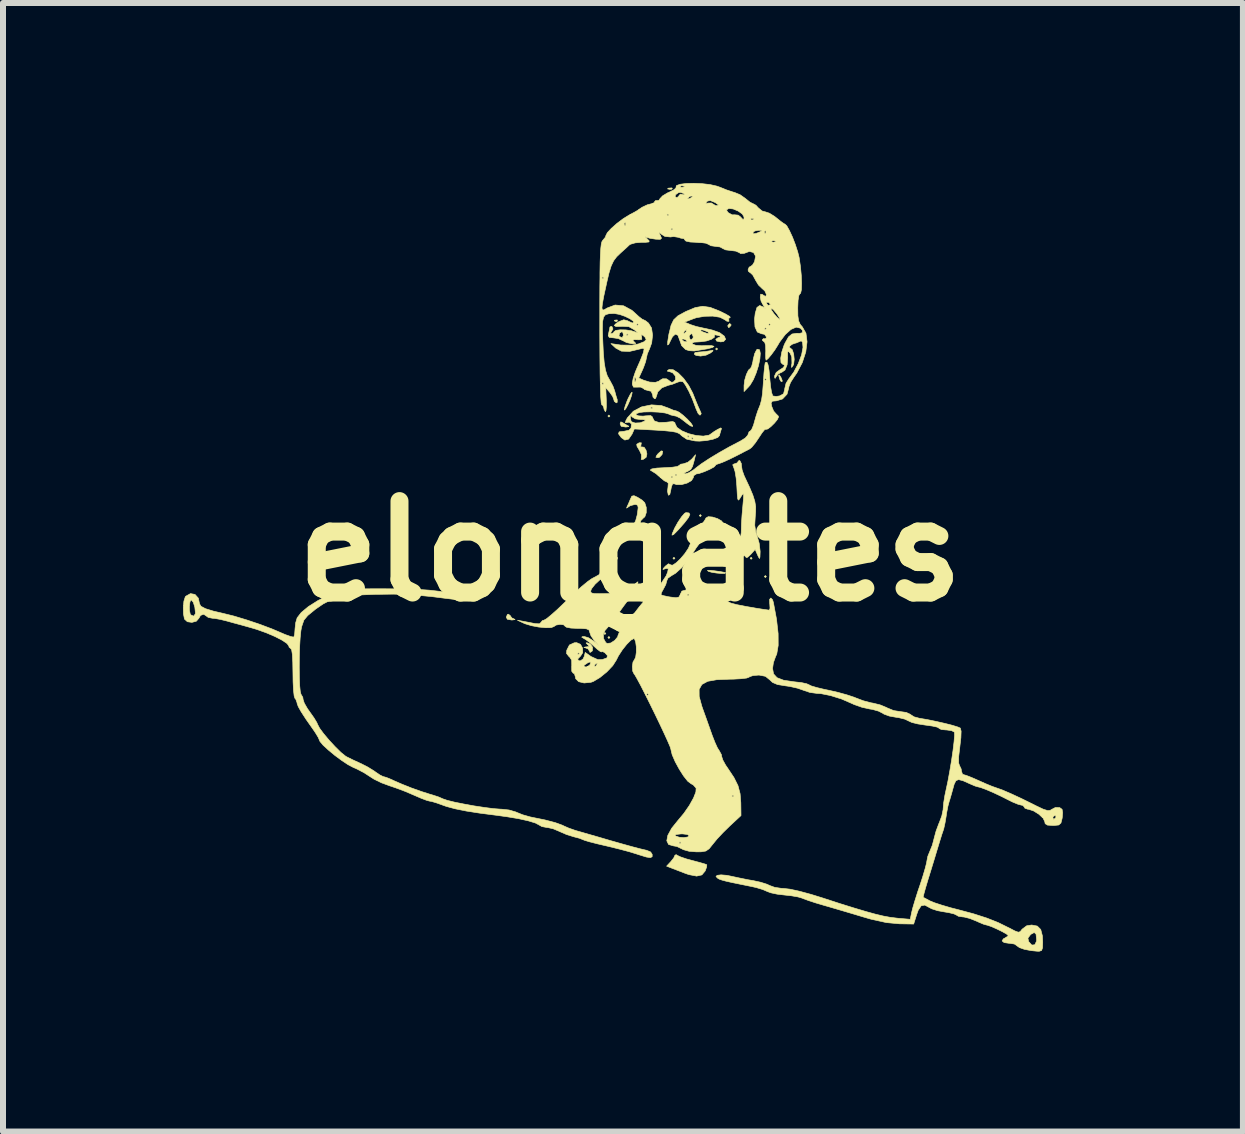
<source format=kicad_pcb>
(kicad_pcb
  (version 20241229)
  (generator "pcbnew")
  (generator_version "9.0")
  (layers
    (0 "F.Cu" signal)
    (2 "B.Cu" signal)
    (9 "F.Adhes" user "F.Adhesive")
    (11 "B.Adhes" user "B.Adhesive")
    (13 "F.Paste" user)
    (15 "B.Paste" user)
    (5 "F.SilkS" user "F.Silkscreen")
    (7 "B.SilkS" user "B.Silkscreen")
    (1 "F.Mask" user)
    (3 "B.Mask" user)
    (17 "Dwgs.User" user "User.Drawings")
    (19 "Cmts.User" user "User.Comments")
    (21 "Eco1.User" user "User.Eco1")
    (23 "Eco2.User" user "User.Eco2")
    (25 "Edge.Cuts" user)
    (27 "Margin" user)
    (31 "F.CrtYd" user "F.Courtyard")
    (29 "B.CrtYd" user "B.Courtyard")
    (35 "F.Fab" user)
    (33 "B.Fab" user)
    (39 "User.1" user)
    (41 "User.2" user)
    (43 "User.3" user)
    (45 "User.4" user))
  (footprint "elongates"
    (layer "F.Cu")
    (at 7.455 6.137)
    (property "Reference" "elongates" (at 0 0 0) (layer "F.SilkS") (effects (font (size 1.524 1.524) (thickness 0.3))))
    (attr through_hole)
    (fp_poly (pts (xy -0.406 1.372) (xy -0.423 1.389) (xy -0.44 1.372) (xy -0.423 1.355) (xy -0.406 1.372)) (stroke (width 0.01) (type solid)) (fill yes) (layer "F.SilkS"))
    (fp_poly (pts (xy -0.339 -2.252) (xy -0.356 -2.235) (xy -0.373 -2.252) (xy -0.356 -2.269) (xy -0.339 -2.252)) (stroke (width 0.01) (type solid)) (fill yes) (layer "F.SilkS"))
    (fp_poly (pts (xy -0.339 1.439) (xy -0.356 1.456) (xy -0.373 1.439) (xy -0.356 1.422) (xy -0.339 1.439)) (stroke (width 0.01) (type solid)) (fill yes) (layer "F.SilkS"))
    (fp_poly (pts (xy 0.745 0.119) (xy 0.728 0.135) (xy 0.711 0.119) (xy 0.728 0.102) (xy 0.745 0.119)) (stroke (width 0.01) (type solid)) (fill yes) (layer "F.SilkS"))
    (fp_poly (pts (xy 0.948 0.525) (xy 0.931 0.542) (xy 0.914 0.525) (xy 0.931 0.508) (xy 0.948 0.525)) (stroke (width 0.01) (type solid)) (fill yes) (layer "F.SilkS"))
    (fp_poly (pts (xy 1.185 -0.593) (xy 1.168 -0.576) (xy 1.151 -0.593) (xy 1.168 -0.61) (xy 1.185 -0.593)) (stroke (width 0.01) (type solid)) (fill yes) (layer "F.SilkS"))
    (fp_poly (pts (xy 1.185 0.525) (xy 1.168 0.542) (xy 1.151 0.525) (xy 1.168 0.508) (xy 1.185 0.525)) (stroke (width 0.01) (type solid)) (fill yes) (layer "F.SilkS"))
    (fp_poly (pts (xy 1.456 -3.37) (xy 1.439 -3.353) (xy 1.422 -3.37) (xy 1.439 -3.387) (xy 1.456 -3.37)) (stroke (width 0.01) (type solid)) (fill yes) (layer "F.SilkS"))
    (fp_poly (pts (xy 1.863 0.423) (xy 1.846 0.44) (xy 1.829 0.423) (xy 1.846 0.406) (xy 1.863 0.423)) (stroke (width 0.01) (type solid)) (fill yes) (layer "F.SilkS"))
    (fp_poly (pts (xy 2.032 0.119) (xy 2.015 0.135) (xy 1.998 0.119) (xy 2.015 0.102) (xy 2.032 0.119)) (stroke (width 0.01) (type solid)) (fill yes) (layer "F.SilkS"))
    (fp_poly (pts (xy 2.269 0.423) (xy 2.252 0.44) (xy 2.235 0.423) (xy 2.252 0.406) (xy 2.269 0.423)) (stroke (width 0.01) (type solid)) (fill yes) (layer "F.SilkS"))
    (fp_poly (pts (xy -0.214 -3.85) (xy -0.219 -3.829) (xy -0.237 -3.827) (xy -0.265 -3.839) (xy -0.26 -3.85) (xy -0.219 -3.854) (xy -0.214 -3.85)) (stroke (width 0.01) (type solid)) (fill yes) (layer "F.SilkS"))
    (fp_poly (pts (xy 0.702 -6.049) (xy 0.692 -6.033) (xy 0.658 -6.031) (xy 0.621 -6.039) (xy 0.637 -6.051) (xy 0.69 -6.055) (xy 0.702 -6.049)) (stroke (width 0.01) (type solid)) (fill yes) (layer "F.SilkS"))
    (fp_poly (pts (xy 1.072 0.485) (xy 1.068 0.506) (xy 1.05 0.508) (xy 1.022 0.496) (xy 1.027 0.485) (xy 1.067 0.481) (xy 1.072 0.485)) (stroke (width 0.01) (type solid)) (fill yes) (layer "F.SilkS"))
    (fp_poly (pts (xy 2.51 -2.902) (xy 2.533 -2.845) (xy 2.53 -2.824) (xy 2.507 -2.836) (xy 2.493 -2.863) (xy 2.474 -2.927) (xy 2.482 -2.94) (xy 2.51 -2.902)) (stroke (width 0.01) (type solid)) (fill yes) (layer "F.SilkS"))
    (fp_poly (pts (xy -0.214 0.123) (xy -0.22 0.135) (xy -0.252 0.168) (xy -0.258 0.169) (xy -0.26 0.147) (xy -0.254 0.135) (xy -0.222 0.103) (xy -0.216 0.102) (xy -0.214 0.123)) (stroke (width 0.01) (type solid)) (fill yes) (layer "F.SilkS"))
    (fp_poly (pts (xy 0.018 -0.27) (xy 0.014 -0.259) (xy -0.016 -0.217) (xy -0.052 -0.2) (xy -0.068 -0.216) (xy -0.045 -0.245) (xy -0.016 -0.272) (xy 0.021 -0.296) (xy 0.018 -0.27)) (stroke (width 0.01) (type solid)) (fill yes) (layer "F.SilkS"))
    (fp_poly (pts (xy 0.125 0.53) (xy 0.106 0.567) (xy 0.064 0.631) (xy 0.039 0.639) (xy 0.034 0.614) (xy 0.057 0.57) (xy 0.09 0.538) (xy 0.128 0.51) (xy 0.125 0.53)) (stroke (width 0.01) (type solid)) (fill yes) (layer "F.SilkS"))
    (fp_poly (pts (xy 0.541 -1.665) (xy 0.53 -1.61) (xy 0.485 -1.564) (xy 0.459 -1.558) (xy 0.427 -1.565) (xy 0.442 -1.597) (xy 0.464 -1.625) (xy 0.517 -1.672) (xy 0.541 -1.665)) (stroke (width 0.01) (type solid)) (fill yes) (layer "F.SilkS"))
    (fp_poly (pts (xy 1.15 0.296) (xy 1.151 0.305) (xy 1.14 0.338) (xy 1.137 0.339) (xy 1.108 0.315) (xy 1.101 0.305) (xy 1.103 0.274) (xy 1.116 0.271) (xy 1.15 0.296)) (stroke (width 0.01) (type solid)) (fill yes) (layer "F.SilkS"))
    (fp_poly (pts (xy 1.682 -3.772) (xy 1.676 -3.759) (xy 1.646 -3.727) (xy 1.641 -3.725) (xy 1.626 -3.752) (xy 1.626 -3.759) (xy 1.652 -3.792) (xy 1.661 -3.793) (xy 1.682 -3.772)) (stroke (width 0.01) (type solid)) (fill yes) (layer "F.SilkS"))
    (fp_poly (pts (xy -0.127 -2.142) (xy -0.056 -2.099) (xy -0.034 -2.09) (xy -0.024 -2.076) (xy -0.073 -2.069) (xy -0.076 -2.069) (xy -0.15 -2.081) (xy -0.169 -2.121) (xy -0.157 -2.156) (xy -0.127 -2.142)) (stroke (width 0.01) (type solid)) (fill yes) (layer "F.SilkS"))
    (fp_poly (pts (xy 1.012 0.229) (xy 1.039 0.281) (xy 1.042 0.324) (xy 1.04 0.326) (xy 1.01 0.316) (xy 0.988 0.297) (xy 0.952 0.242) (xy 0.96 0.207) (xy 0.979 0.203) (xy 1.012 0.229)) (stroke (width 0.01) (type solid)) (fill yes) (layer "F.SilkS"))
    (fp_poly (pts (xy -1.999 1.074) (xy -1.998 1.081) (xy -1.97 1.115) (xy -1.939 1.128) (xy -1.92 1.14) (xy -1.965 1.147) (xy -1.973 1.148) (xy -2.048 1.135) (xy -2.066 1.101) (xy -2.048 1.056) (xy -2.032 1.05) (xy -1.999 1.074)) (stroke (width 0.01) (type solid)) (fill yes) (layer "F.SilkS"))
    (fp_poly (pts (xy 1.376 -3.335) (xy 1.34 -3.305) (xy 1.263 -3.267) (xy 1.172 -3.252) (xy 1.095 -3.263) (xy 1.067 -3.285) (xy 1.079 -3.31) (xy 1.141 -3.319) (xy 1.247 -3.327) (xy 1.321 -3.339) (xy 1.379 -3.35) (xy 1.376 -3.335)) (stroke (width 0.01) (type solid)) (fill yes) (layer "F.SilkS"))
    (fp_poly (pts (xy 0.032 -2.642) (xy 0.021 -2.591) (xy -0.005 -2.517) (xy -0.039 -2.441) (xy -0.072 -2.379) (xy -0.094 -2.352) (xy -0.099 -2.359) (xy -0.087 -2.41) (xy -0.055 -2.498) (xy -0.035 -2.545) (xy 0.003 -2.619) (xy 0.028 -2.65) (xy 0.032 -2.642)) (stroke (width 0.01) (type solid)) (fill yes) (layer "F.SilkS"))
    (fp_poly (pts (xy 1.405 0.327) (xy 1.505 0.341) (xy 1.573 0.354) (xy 1.589 0.36) (xy 1.577 0.371) (xy 1.52 0.372) (xy 1.441 0.365) (xy 1.362 0.353) (xy 1.304 0.337) (xy 1.304 0.337) (xy 1.286 0.321) (xy 1.333 0.319) (xy 1.405 0.327)) (stroke (width 0.01) (type solid)) (fill yes) (layer "F.SilkS"))
    (fp_poly (pts (xy 0.979 -0.637) (xy 0.994 -0.611) (xy 0.971 -0.561) (xy 0.907 -0.477) (xy 0.799 -0.354) (xy 0.787 -0.342) (xy 0.723 -0.277) (xy 0.696 -0.267) (xy 0.699 -0.288) (xy 0.739 -0.382) (xy 0.795 -0.483) (xy 0.855 -0.572) (xy 0.906 -0.631) (xy 0.929 -0.643) (xy 0.979 -0.637)) (stroke (width 0.01) (type solid)) (fill yes) (layer "F.SilkS"))
    (fp_poly (pts (xy -0.665 1.548) (xy -0.628 1.602) (xy -0.63 1.657) (xy -0.638 1.668) (xy -0.671 1.689) (xy -0.677 1.669) (xy -0.705 1.629) (xy -0.737 1.615) (xy -0.773 1.603) (xy -0.744 1.596) (xy -0.728 1.595) (xy -0.683 1.587) (xy -0.702 1.564) (xy -0.711 1.558) (xy -0.736 1.531) (xy -0.724 1.525) (xy -0.665 1.548)) (stroke (width 0.01) (type solid)) (fill yes) (layer "F.SilkS"))
    (fp_poly (pts (xy 0.185 -1.806) (xy 0.179 -1.771) (xy 0.175 -1.734) (xy 0.192 -1.738) (xy 0.231 -1.732) (xy 0.263 -1.684) (xy 0.278 -1.621) (xy 0.266 -1.567) (xy 0.262 -1.562) (xy 0.214 -1.529) (xy 0.182 -1.529) (xy 0.187 -1.559) (xy 0.186 -1.61) (xy 0.155 -1.677) (xy 0.113 -1.747) (xy 0.108 -1.782) (xy 0.14 -1.802) (xy 0.151 -1.807) (xy 0.185 -1.806)) (stroke (width 0.01) (type solid)) (fill yes) (layer "F.SilkS"))
    (fp_poly (pts (xy 2.156 -3.356) (xy 2.168 -3.297) (xy 2.161 -3.204) (xy 2.137 -3.09) (xy 2.099 -2.971) (xy 2.052 -2.859) (xy 1.998 -2.769) (xy 1.977 -2.744) (xy 1.897 -2.66) (xy 1.897 -2.763) (xy 1.908 -2.852) (xy 1.936 -2.946) (xy 1.971 -3.018) (xy 2.005 -3.048) (xy 2.023 -3.078) (xy 2.043 -3.154) (xy 2.05 -3.198) (xy 2.074 -3.293) (xy 2.106 -3.356) (xy 2.12 -3.366) (xy 2.156 -3.356)) (stroke (width 0.01) (type solid)) (fill yes) (layer "F.SilkS"))
    (fp_poly (pts (xy 0.787 5.072) (xy 0.841 5.097) (xy 0.938 5.13) (xy 1.046 5.159) (xy 1.158 5.189) (xy 1.241 5.213) (xy 1.276 5.227) (xy 1.273 5.264) (xy 1.249 5.33) (xy 1.194 5.396) (xy 1.106 5.416) (xy 0.977 5.391) (xy 0.914 5.369) (xy 0.805 5.327) (xy 0.704 5.288) (xy 0.701 5.287) (xy 0.606 5.25) (xy 0.676 5.175) (xy 0.725 5.113) (xy 0.745 5.069) (xy 0.765 5.058) (xy 0.787 5.072)) (stroke (width 0.01) (type solid)) (fill yes) (layer "F.SilkS"))
    (fp_poly (pts (xy 0.122 -0.898) (xy 0.198 -0.85) (xy 0.242 -0.807) (xy 0.267 -0.729) (xy 0.267 -0.642) (xy 0.243 -0.573) (xy 0.22 -0.554) (xy 0.175 -0.508) (xy 0.169 -0.479) (xy 0.143 -0.418) (xy 0.102 -0.38) (xy 0.05 -0.355) (xy 0.034 -0.374) (xy 0.034 -0.382) (xy 0.056 -0.447) (xy 0.066 -0.459) (xy 0.091 -0.51) (xy 0.115 -0.6) (xy 0.121 -0.635) (xy 0.132 -0.725) (xy 0.123 -0.767) (xy 0.088 -0.779) (xy 0.079 -0.779) (xy -0.00047 -0.758) (xy -0.032 -0.737) (xy -0.06 -0.718) (xy -0.057 -0.732) (xy -0.03 -0.79) (xy -0.002 -0.857) (xy 0.026 -0.917) (xy 0.063 -0.925) (xy 0.122 -0.898)) (stroke (width 0.01) (type solid)) (fill yes) (layer "F.SilkS"))
    (fp_poly (pts (xy 1.827 -1.508) (xy 1.851 -1.462) (xy 1.854 -1.425) (xy 1.865 -1.352) (xy 1.898 -1.259) (xy 1.903 -1.248) (xy 1.987 -1.069) (xy 2.043 -0.936) (xy 2.076 -0.832) (xy 2.091 -0.743) (xy 2.09 -0.653) (xy 2.084 -0.585) (xy 2.075 -0.432) (xy 2.094 -0.312) (xy 2.114 -0.255) (xy 2.149 -0.132) (xy 2.165 -0.000397) (xy 2.165 0.013) (xy 2.162 0.098) (xy 2.154 0.123) (xy 2.136 0.093) (xy 2.122 0.062) (xy 2.082 -0.029) (xy 2.006 0.056) (xy 1.956 0.102) (xy 1.931 0.106) (xy 1.93 0.101) (xy 1.906 0.076) (xy 1.88 0.08) (xy 1.84 0.075) (xy 1.829 0.02) (xy 1.823 -0.07) (xy 1.809 -0.174) (xy 1.802 -0.243) (xy 1.815 -0.251) (xy 1.82 -0.245) (xy 1.84 -0.242) (xy 1.85 -0.306) (xy 1.851 -0.347) (xy 1.854 -0.455) (xy 1.863 -0.599) (xy 1.876 -0.745) (xy 1.887 -0.871) (xy 1.89 -0.939) (xy 1.882 -0.958) (xy 1.863 -0.936) (xy 1.849 -0.914) (xy 1.82 -0.867) (xy 1.801 -0.851) (xy 1.791 -0.874) (xy 1.784 -0.946) (xy 1.777 -1.075) (xy 1.776 -1.091) (xy 1.765 -1.218) (xy 1.747 -1.327) (xy 1.728 -1.387) (xy 1.708 -1.44) (xy 1.733 -1.456) (xy 1.743 -1.456) (xy 1.789 -1.475) (xy 1.795 -1.492) (xy 1.815 -1.513) (xy 1.827 -1.508)) (stroke (width 0.01) (type solid)) (fill yes) (layer "F.SilkS"))
    (fp_poly (pts (xy 1.332 -4.064) (xy 1.482 -4.005) (xy 1.498 -3.998) (xy 1.596 -3.949) (xy 1.657 -3.913) (xy 1.668 -3.897) (xy 1.666 -3.897) (xy 1.638 -3.876) (xy 1.643 -3.861) (xy 1.645 -3.831) (xy 1.611 -3.833) (xy 1.572 -3.86) (xy 1.495 -3.899) (xy 1.376 -3.918) (xy 1.239 -3.915) (xy 1.105 -3.892) (xy 1.062 -3.878) (xy 0.905 -3.818) (xy 1.003 -3.777) (xy 1.101 -3.745) (xy 1.221 -3.718) (xy 1.248 -3.713) (xy 1.367 -3.686) (xy 1.474 -3.648) (xy 1.494 -3.639) (xy 1.568 -3.584) (xy 1.59 -3.532) (xy 1.558 -3.496) (xy 1.507 -3.488) (xy 1.44 -3.502) (xy 1.425 -3.531) (xy 1.466 -3.56) (xy 1.482 -3.563) (xy 1.513 -3.576) (xy 1.483 -3.591) (xy 1.461 -3.597) (xy 1.409 -3.607) (xy 1.402 -3.599) (xy 1.402 -3.565) (xy 1.352 -3.531) (xy 1.268 -3.503) (xy 1.168 -3.49) (xy 1.153 -3.489) (xy 1.062 -3.484) (xy 1.031 -3.468) (xy 1.04 -3.451) (xy 1.094 -3.431) (xy 1.19 -3.424) (xy 1.247 -3.426) (xy 1.353 -3.427) (xy 1.396 -3.415) (xy 1.374 -3.396) (xy 1.286 -3.373) (xy 1.26 -3.369) (xy 1.157 -3.352) (xy 1.073 -3.338) (xy 1.067 -3.337) (xy 0.982 -3.342) (xy 0.923 -3.361) (xy 0.856 -3.427) (xy 0.827 -3.51) (xy 0.817 -3.537) (xy 0.861 -3.537) (xy 0.864 -3.522) (xy 0.9 -3.494) (xy 0.939 -3.489) (xy 0.948 -3.502) (xy 0.922 -3.523) (xy 0.896 -3.535) (xy 0.861 -3.537) (xy 0.817 -3.537) (xy 0.804 -3.573) (xy 0.982 -3.573) (xy 1 -3.528) (xy 1.016 -3.522) (xy 1.046 -3.55) (xy 1.05 -3.573) (xy 1.032 -3.618) (xy 1.016 -3.624) (xy 0.986 -3.596) (xy 0.982 -3.573) (xy 0.804 -3.573) (xy 0.796 -3.597) (xy 0.752 -3.618) (xy 0.704 -3.574) (xy 0.677 -3.521) (xy 0.641 -3.447) (xy 0.623 -3.437) (xy 0.624 -3.49) (xy 0.642 -3.604) (xy 0.646 -3.626) (xy 0.889 -3.626) (xy 0.893 -3.624) (xy 0.924 -3.648) (xy 0.931 -3.658) (xy 0.937 -3.679) (xy 1.165 -3.679) (xy 1.202 -3.658) (xy 1.274 -3.632) (xy 1.311 -3.629) (xy 1.301 -3.648) (xy 1.287 -3.658) (xy 1.215 -3.686) (xy 1.185 -3.689) (xy 1.165 -3.679) (xy 0.937 -3.679) (xy 0.94 -3.689) (xy 0.935 -3.691) (xy 0.904 -3.668) (xy 0.897 -3.658) (xy 0.889 -3.626) (xy 0.646 -3.626) (xy 0.647 -3.627) (xy 0.68 -3.764) (xy 0.724 -3.856) (xy 0.795 -3.923) (xy 0.91 -3.986) (xy 0.93 -3.996) (xy 1.082 -4.06) (xy 1.207 -4.082) (xy 1.332 -4.064)) (stroke (width 0.01) (type solid)) (fill yes) (layer "F.SilkS"))
    (fp_poly (pts (xy 0.52 -2.427) (xy 0.636 -2.385) (xy 0.715 -2.351) (xy 0.77 -2.337) (xy 0.815 -2.316) (xy 0.881 -2.265) (xy 0.952 -2.2) (xy 1.011 -2.136) (xy 1.041 -2.09) (xy 1.04 -2.079) (xy 1.006 -2.088) (xy 0.943 -2.132) (xy 0.914 -2.156) (xy 0.834 -2.217) (xy 0.765 -2.251) (xy 0.75 -2.253) (xy 0.672 -2.271) (xy 0.649 -2.283) (xy 0.583 -2.303) (xy 0.474 -2.317) (xy 0.347 -2.323) (xy 0.226 -2.32) (xy 0.158 -2.312) (xy 0.1 -2.292) (xy 0.098 -2.271) (xy 0.139 -2.255) (xy 0.212 -2.251) (xy 0.262 -2.256) (xy 0.341 -2.26) (xy 0.371 -2.236) (xy 0.373 -2.223) (xy 0.402 -2.17) (xy 0.483 -2.144) (xy 0.603 -2.149) (xy 0.625 -2.152) (xy 0.709 -2.161) (xy 0.744 -2.143) (xy 0.746 -2.129) (xy 0.778 -2.064) (xy 0.86 -2.006) (xy 0.973 -1.959) (xy 1.098 -1.928) (xy 1.218 -1.918) (xy 1.314 -1.934) (xy 1.355 -1.962) (xy 1.394 -1.991) (xy 1.453 -2.027) (xy 1.509 -2.055) (xy 1.521 -2.044) (xy 1.512 -2.016) (xy 1.493 -1.952) (xy 1.49 -1.93) (xy 1.459 -1.896) (xy 1.38 -1.866) (xy 1.272 -1.844) (xy 1.154 -1.834) (xy 1.081 -1.837) (xy 0.942 -1.866) (xy 0.922 -1.88) (xy 1.016 -1.88) (xy 1.033 -1.863) (xy 1.05 -1.88) (xy 1.033 -1.897) (xy 1.016 -1.88) (xy 0.922 -1.88) (xy 0.872 -1.913) (xy 0.948 -1.913) (xy 0.965 -1.897) (xy 0.982 -1.913) (xy 0.965 -1.93) (xy 0.948 -1.913) (xy 0.872 -1.913) (xy 0.856 -1.925) (xy 0.856 -1.925) (xy 0.821 -1.958) (xy 0.77 -1.981) (xy 0.691 -1.996) (xy 0.569 -2.008) (xy 0.432 -2.017) (xy 0.068 -2.037) (xy 0.03 -1.951) (xy -0.027 -1.868) (xy -0.09 -1.852) (xy -0.149 -1.893) (xy -0.196 -1.957) (xy -0.185 -1.989) (xy -0.113 -1.998) (xy -0.105 -1.998) (xy -0.022 -2.016) (xy 0.013 -2.052) (xy 0.021 -2.121) (xy -0.016 -2.151) (xy -0.053 -2.145) (xy -0.081 -2.141) (xy -0.074 -2.173) (xy -0.047 -2.224) (xy -0.039 -2.232) (xy 0.001 -2.232) (xy 0.013 -2.171) (xy 0.023 -2.156) (xy 0.081 -2.136) (xy 0.165 -2.14) (xy 0.236 -2.166) (xy 0.252 -2.187) (xy 0.207 -2.194) (xy 0.173 -2.194) (xy 0.086 -2.205) (xy 0.032 -2.237) (xy 0.031 -2.238) (xy 0.007 -2.267) (xy 0.001 -2.232) (xy -0.039 -2.232) (xy 0.052 -2.333) (xy 0.157 -2.388) (xy 0.339 -2.388) (xy 0.356 -2.371) (xy 0.373 -2.388) (xy 0.356 -2.405) (xy 0.339 -2.388) (xy 0.157 -2.388) (xy 0.192 -2.406) (xy 0.354 -2.439) (xy 0.52 -2.427)) (stroke (width 0.01) (type solid)) (fill yes) (layer "F.SilkS"))
    (fp_poly (pts (xy -3.799 0.629) (xy -3.554 0.636) (xy -3.35 0.65) (xy -3.173 0.67) (xy -3.065 0.687) (xy -2.873 0.721) (xy -2.739 0.746) (xy -2.653 0.765) (xy -2.605 0.779) (xy -2.586 0.792) (xy -2.587 0.806) (xy -2.589 0.811) (xy -2.603 0.822) (xy -2.634 0.828) (xy -2.689 0.828) (xy -2.777 0.821) (xy -2.908 0.807) (xy -3.089 0.785) (xy -3.309 0.757) (xy -3.615 0.728) (xy -3.942 0.716) (xy -4.257 0.72) (xy -4.508 0.73) (xy -4.706 0.747) (xy -4.865 0.774) (xy -4.998 0.817) (xy -5.12 0.88) (xy -5.245 0.966) (xy -5.376 1.073) (xy -5.44 1.15) (xy -5.478 1.261) (xy -5.49 1.327) (xy -5.502 1.447) (xy -5.511 1.599) (xy -5.516 1.768) (xy -5.517 1.941) (xy -5.515 2.103) (xy -5.51 2.24) (xy -5.5 2.339) (xy -5.488 2.386) (xy -5.486 2.388) (xy -5.458 2.436) (xy -5.453 2.472) (xy -5.433 2.533) (xy -5.382 2.622) (xy -5.337 2.686) (xy -5.271 2.779) (xy -5.224 2.857) (xy -5.21 2.89) (xy -5.178 2.951) (xy -5.11 3.043) (xy -5.019 3.151) (xy -4.919 3.259) (xy -4.824 3.353) (xy -4.746 3.416) (xy -4.724 3.429) (xy -4.625 3.478) (xy -4.51 3.531) (xy -4.487 3.541) (xy -4.372 3.6) (xy -4.263 3.668) (xy -4.247 3.68) (xy -4.172 3.731) (xy -4.117 3.758) (xy -4.109 3.759) (xy -4.061 3.773) (xy -3.978 3.807) (xy -3.943 3.824) (xy -3.81 3.882) (xy -3.647 3.947) (xy -3.481 4.006) (xy -3.34 4.051) (xy -3.301 4.062) (xy -3.199 4.095) (xy -3.121 4.129) (xy -3.051 4.153) (xy -2.93 4.183) (xy -2.776 4.214) (xy -2.606 4.245) (xy -2.435 4.271) (xy -2.283 4.291) (xy -2.164 4.3) (xy -2.14 4.301) (xy -2.021 4.314) (xy -1.91 4.346) (xy -1.892 4.354) (xy -1.792 4.394) (xy -1.669 4.429) (xy -1.631 4.437) (xy -1.42 4.48) (xy -1.249 4.525) (xy -1.128 4.569) (xy -1.105 4.581) (xy -1.025 4.616) (xy -0.92 4.653) (xy -0.897 4.66) (xy -0.816 4.683) (xy -0.685 4.721) (xy -0.521 4.768) (xy -0.341 4.821) (xy -0.288 4.836) (xy -0.112 4.886) (xy 0.047 4.93) (xy 0.174 4.963) (xy 0.255 4.982) (xy 0.271 4.985) (xy 0.34 5.014) (xy 0.366 5.055) (xy 0.365 5.093) (xy 0.336 5.108) (xy 0.268 5.098) (xy 0.151 5.062) (xy 0.102 5.046) (xy -0.018 5.009) (xy -0.176 4.967) (xy -0.345 4.925) (xy -0.406 4.911) (xy -0.551 4.877) (xy -0.673 4.846) (xy -0.757 4.821) (xy -0.78 4.812) (xy -0.848 4.785) (xy -0.943 4.76) (xy -0.949 4.758) (xy -1.062 4.723) (xy -1.177 4.673) (xy -1.185 4.669) (xy -1.285 4.627) (xy -1.378 4.606) (xy -1.39 4.606) (xy -1.473 4.59) (xy -1.519 4.564) (xy -1.581 4.531) (xy -1.699 4.495) (xy -1.86 4.459) (xy -2.052 4.427) (xy -2.218 4.404) (xy -2.506 4.367) (xy -2.736 4.331) (xy -2.919 4.294) (xy -3.064 4.255) (xy -3.123 4.234) (xy -3.229 4.196) (xy -3.313 4.171) (xy -3.346 4.166) (xy -3.397 4.152) (xy -3.489 4.117) (xy -3.6 4.069) (xy -3.749 4.005) (xy -3.912 3.944) (xy -4.013 3.91) (xy -4.146 3.861) (xy -4.271 3.8) (xy -4.335 3.759) (xy -4.442 3.69) (xy -4.57 3.624) (xy -4.617 3.604) (xy -4.703 3.559) (xy -4.81 3.488) (xy -4.925 3.403) (xy -5.032 3.314) (xy -5.12 3.233) (xy -5.172 3.171) (xy -5.182 3.148) (xy -5.2 3.105) (xy -5.246 3.029) (xy -5.284 2.973) (xy -5.404 2.802) (xy -5.485 2.677) (xy -5.534 2.59) (xy -5.553 2.536) (xy -5.554 2.526) (xy -5.575 2.468) (xy -5.588 2.455) (xy -5.602 2.414) (xy -5.613 2.317) (xy -5.62 2.177) (xy -5.622 2.03) (xy -5.625 1.852) (xy -5.632 1.721) (xy -5.644 1.643) (xy -5.656 1.626) (xy -5.687 1.599) (xy -5.69 1.582) (xy -5.72 1.54) (xy -5.801 1.485) (xy -5.921 1.423) (xy -6.066 1.361) (xy -6.222 1.305) (xy -6.313 1.278) (xy -6.462 1.236) (xy -6.614 1.195) (xy -6.721 1.165) (xy -6.835 1.137) (xy -6.932 1.12) (xy -6.965 1.118) (xy -7.034 1.104) (xy -7.061 1.084) (xy -7.11 1.051) (xy -7.163 1.071) (xy -7.19 1.118) (xy -7.232 1.167) (xy -7.306 1.187) (xy -7.382 1.176) (xy -7.43 1.132) (xy -7.43 1.132) (xy -7.447 1.046) (xy -7.45 0.937) (xy -7.447 0.909) (xy -7.348 0.909) (xy -7.347 0.988) (xy -7.334 1.049) (xy -7.326 1.061) (xy -7.277 1.083) (xy -7.249 1.045) (xy -7.248 1.024) (xy -7.258 0.932) (xy -7.283 0.853) (xy -7.314 0.814) (xy -7.319 0.813) (xy -7.338 0.842) (xy -7.348 0.909) (xy -7.447 0.909) (xy -7.44 0.834) (xy -7.417 0.762) (xy -7.41 0.752) (xy -7.33 0.707) (xy -7.255 0.721) (xy -7.199 0.783) (xy -7.18 0.876) (xy -7.156 0.918) (xy -7.081 0.958) (xy -6.949 0.999) (xy -6.79 1.036) (xy -6.608 1.081) (xy -6.393 1.146) (xy -6.17 1.221) (xy -5.969 1.297) (xy -5.87 1.339) (xy -5.754 1.389) (xy -5.663 1.422) (xy -5.612 1.432) (xy -5.607 1.431) (xy -5.594 1.386) (xy -5.588 1.306) (xy -5.588 1.3) (xy -5.577 1.195) (xy -5.552 1.111) (xy -5.484 1.023) (xy -5.365 0.924) (xy -5.205 0.823) (xy -5.018 0.728) (xy -5.012 0.725) (xy -4.937 0.692) (xy -4.872 0.667) (xy -4.805 0.65) (xy -4.726 0.638) (xy -4.622 0.631) (xy -4.483 0.628) (xy -4.298 0.627) (xy -4.098 0.627) (xy -3.799 0.629)) (stroke (width 0.01) (type solid)) (fill yes) (layer "F.SilkS"))
    (fp_poly (pts (xy 1.372 -0.569) (xy 1.454 -0.543) (xy 1.522 -0.504) (xy 1.552 -0.462) (xy 1.549 -0.418) (xy 1.502 -0.42) (xy 1.495 -0.422) (xy 1.443 -0.422) (xy 1.38 -0.383) (xy 1.293 -0.299) (xy 1.281 -0.285) (xy 1.187 -0.174) (xy 1.099 -0.055) (xy 1.056 0.013) (xy 0.966 0.15) (xy 0.86 0.274) (xy 0.755 0.368) (xy 0.686 0.409) (xy 0.627 0.451) (xy 0.61 0.491) (xy 0.592 0.557) (xy 0.554 0.629) (xy 0.519 0.693) (xy 0.513 0.728) (xy 0.552 0.741) (xy 0.634 0.759) (xy 0.672 0.765) (xy 0.764 0.776) (xy 0.811 0.765) (xy 0.832 0.728) (xy 0.948 0.728) (xy 0.965 0.745) (xy 0.982 0.728) (xy 0.965 0.711) (xy 0.948 0.728) (xy 0.832 0.728) (xy 0.833 0.727) (xy 0.836 0.716) (xy 0.86 0.666) (xy 0.879 0.66) (xy 0.919 0.65) (xy 0.978 0.606) (xy 1.052 0.537) (xy 1.031 0.624) (xy 1.023 0.687) (xy 1.055 0.708) (xy 1.089 0.708) (xy 1.175 0.711) (xy 1.285 0.721) (xy 1.304 0.723) (xy 1.411 0.736) (xy 1.5 0.743) (xy 1.512 0.743) (xy 1.577 0.77) (xy 1.6 0.806) (xy 1.622 0.838) (xy 1.676 0.865) (xy 1.775 0.891) (xy 1.928 0.921) (xy 1.951 0.925) (xy 2.095 0.95) (xy 2.215 0.969) (xy 2.294 0.98) (xy 2.316 0.983) (xy 2.33 0.954) (xy 2.326 0.884) (xy 2.325 0.881) (xy 2.322 0.805) (xy 2.343 0.78) (xy 2.372 0.81) (xy 2.386 0.855) (xy 2.438 1.134) (xy 2.465 1.375) (xy 2.466 1.571) (xy 2.442 1.714) (xy 2.421 1.761) (xy 2.386 1.858) (xy 2.372 1.955) (xy 2.389 2.046) (xy 2.447 2.109) (xy 2.556 2.151) (xy 2.722 2.176) (xy 2.739 2.178) (xy 2.855 2.191) (xy 2.941 2.21) (xy 2.977 2.226) (xy 3.017 2.246) (xy 3.108 2.273) (xy 3.233 2.303) (xy 3.302 2.317) (xy 3.46 2.353) (xy 3.612 2.395) (xy 3.733 2.435) (xy 3.759 2.446) (xy 3.883 2.493) (xy 4.011 2.527) (xy 4.047 2.533) (xy 4.165 2.562) (xy 4.274 2.607) (xy 4.284 2.613) (xy 4.391 2.657) (xy 4.508 2.675) (xy 4.509 2.675) (xy 4.601 2.688) (xy 4.666 2.718) (xy 4.671 2.723) (xy 4.73 2.761) (xy 4.819 2.785) (xy 4.95 2.807) (xy 5.096 2.837) (xy 5.241 2.87) (xy 5.368 2.902) (xy 5.461 2.931) (xy 5.502 2.949) (xy 5.515 3.001) (xy 5.511 3.111) (xy 5.494 3.258) (xy 5.474 3.427) (xy 5.474 3.532) (xy 5.487 3.57) (xy 5.516 3.631) (xy 5.52 3.664) (xy 5.537 3.716) (xy 5.557 3.725) (xy 5.605 3.739) (xy 5.694 3.774) (xy 5.803 3.822) (xy 5.924 3.876) (xy 6.031 3.92) (xy 6.096 3.943) (xy 6.196 3.978) (xy 6.341 4.04) (xy 6.52 4.123) (xy 6.717 4.22) (xy 6.764 4.244) (xy 6.882 4.3) (xy 6.957 4.324) (xy 7.001 4.32) (xy 7.016 4.309) (xy 7.085 4.273) (xy 7.158 4.274) (xy 7.198 4.303) (xy 7.207 4.359) (xy 7.2 4.446) (xy 7.198 4.456) (xy 7.179 4.531) (xy 7.142 4.564) (xy 7.066 4.572) (xy 7.043 4.572) (xy 6.954 4.566) (xy 6.916 4.542) (xy 6.909 4.507) (xy 6.881 4.449) (xy 6.867 4.437) (xy 7.044 4.437) (xy 7.056 4.47) (xy 7.059 4.47) (xy 7.088 4.447) (xy 7.095 4.437) (xy 7.092 4.405) (xy 7.08 4.403) (xy 7.046 4.427) (xy 7.044 4.437) (xy 6.867 4.437) (xy 6.812 4.385) (xy 6.724 4.33) (xy 6.641 4.302) (xy 6.625 4.301) (xy 6.578 4.284) (xy 6.57 4.267) (xy 6.543 4.237) (xy 6.519 4.233) (xy 6.462 4.218) (xy 6.37 4.18) (xy 6.308 4.149) (xy 6.179 4.084) (xy 6.047 4.022) (xy 5.927 3.971) (xy 5.837 3.938) (xy 5.798 3.929) (xy 5.749 3.915) (xy 5.672 3.882) (xy 5.669 3.881) (xy 5.549 3.827) (xy 5.473 3.807) (xy 5.428 3.826) (xy 5.399 3.885) (xy 5.385 3.935) (xy 5.354 4.047) (xy 5.325 4.146) (xy 5.318 4.166) (xy 5.295 4.251) (xy 5.273 4.366) (xy 5.266 4.416) (xy 5.247 4.529) (xy 5.226 4.625) (xy 5.217 4.653) (xy 5.194 4.72) (xy 5.16 4.83) (xy 5.121 4.958) (xy 5.12 4.961) (xy 5.074 5.114) (xy 5.019 5.294) (xy 4.966 5.466) (xy 4.961 5.482) (xy 4.923 5.609) (xy 4.896 5.707) (xy 4.883 5.763) (xy 4.884 5.77) (xy 4.917 5.787) (xy 4.986 5.824) (xy 4.995 5.829) (xy 5.071 5.86) (xy 5.193 5.9) (xy 5.343 5.944) (xy 5.453 5.972) (xy 5.721 6.044) (xy 5.942 6.115) (xy 6.134 6.191) (xy 6.316 6.281) (xy 6.317 6.281) (xy 6.413 6.331) (xy 6.468 6.351) (xy 6.5 6.342) (xy 6.528 6.306) (xy 6.532 6.301) (xy 6.608 6.244) (xy 6.692 6.231) (xy 6.785 6.249) (xy 6.842 6.306) (xy 6.87 6.413) (xy 6.875 6.517) (xy 6.872 6.612) (xy 6.856 6.656) (xy 6.816 6.669) (xy 6.782 6.668) (xy 6.682 6.658) (xy 6.571 6.637) (xy 6.571 6.637) (xy 6.49 6.609) (xy 6.443 6.577) (xy 6.441 6.573) (xy 6.403 6.548) (xy 6.324 6.536) (xy 6.313 6.536) (xy 6.232 6.524) (xy 6.198 6.496) (xy 6.22 6.461) (xy 6.242 6.45) (xy 6.628 6.45) (xy 6.641 6.508) (xy 6.693 6.565) (xy 6.743 6.561) (xy 6.772 6.5) (xy 6.773 6.474) (xy 6.764 6.384) (xy 6.734 6.356) (xy 6.678 6.386) (xy 6.671 6.393) (xy 6.628 6.45) (xy 6.242 6.45) (xy 6.248 6.447) (xy 6.293 6.418) (xy 6.299 6.405) (xy 6.271 6.381) (xy 6.202 6.342) (xy 6.112 6.298) (xy 6.022 6.258) (xy 5.955 6.235) (xy 5.937 6.231) (xy 5.89 6.218) (xy 5.807 6.183) (xy 5.765 6.164) (xy 5.66 6.122) (xy 5.565 6.098) (xy 5.541 6.096) (xy 5.47 6.085) (xy 5.438 6.066) (xy 5.397 6.046) (xy 5.31 6.025) (xy 5.237 6.013) (xy 5.121 5.992) (xy 5.026 5.961) (xy 4.991 5.943) (xy 4.91 5.899) (xy 4.849 5.911) (xy 4.8 5.985) (xy 4.775 6.054) (xy 4.724 6.215) (xy 4.487 6.211) (xy 4.27 6.191) (xy 4.013 6.134) (xy 3.895 6.1) (xy 3.705 6.043) (xy 3.499 5.982) (xy 3.308 5.926) (xy 3.234 5.905) (xy 3.092 5.863) (xy 2.97 5.823) (xy 2.885 5.792) (xy 2.864 5.783) (xy 2.796 5.763) (xy 2.686 5.744) (xy 2.576 5.732) (xy 2.449 5.717) (xy 2.341 5.694) (xy 2.283 5.672) (xy 2.209 5.64) (xy 2.1 5.607) (xy 2.029 5.591) (xy 1.832 5.551) (xy 1.691 5.522) (xy 1.594 5.5) (xy 1.531 5.483) (xy 1.49 5.469) (xy 1.463 5.456) (xy 1.429 5.423) (xy 1.449 5.403) (xy 1.513 5.395) (xy 1.609 5.403) (xy 1.683 5.418) (xy 1.813 5.446) (xy 1.965 5.477) (xy 2.049 5.491) (xy 2.172 5.518) (xy 2.277 5.551) (xy 2.327 5.574) (xy 2.407 5.603) (xy 2.518 5.62) (xy 2.56 5.622) (xy 2.664 5.634) (xy 2.819 5.668) (xy 3.012 5.72) (xy 3.196 5.777) (xy 3.491 5.873) (xy 3.732 5.948) (xy 3.926 6.006) (xy 4.085 6.05) (xy 4.215 6.081) (xy 4.328 6.102) (xy 4.431 6.115) (xy 4.476 6.12) (xy 4.667 6.136) (xy 4.69 6.023) (xy 4.71 5.943) (xy 4.747 5.819) (xy 4.794 5.67) (xy 4.829 5.568) (xy 4.877 5.42) (xy 4.915 5.291) (xy 4.939 5.197) (xy 4.945 5.161) (xy 4.96 5.085) (xy 4.994 5.002) (xy 5.035 4.901) (xy 5.065 4.787) (xy 5.066 4.782) (xy 5.097 4.667) (xy 5.143 4.543) (xy 5.152 4.523) (xy 5.193 4.413) (xy 5.215 4.307) (xy 5.216 4.286) (xy 5.224 4.196) (xy 5.244 4.072) (xy 5.264 3.979) (xy 5.296 3.829) (xy 5.327 3.659) (xy 5.356 3.485) (xy 5.38 3.32) (xy 5.397 3.178) (xy 5.406 3.072) (xy 5.404 3.018) (xy 5.402 3.015) (xy 5.357 2.992) (xy 5.275 2.98) (xy 5.264 2.98) (xy 5.187 2.973) (xy 5.149 2.955) (xy 5.148 2.951) (xy 5.117 2.933) (xy 5.036 2.915) (xy 4.922 2.899) (xy 4.92 2.899) (xy 4.796 2.88) (xy 4.694 2.855) (xy 4.64 2.83) (xy 4.577 2.8) (xy 4.476 2.775) (xy 4.427 2.768) (xy 4.317 2.748) (xy 4.23 2.716) (xy 4.207 2.701) (xy 4.138 2.666) (xy 4.035 2.637) (xy 3.994 2.631) (xy 3.862 2.602) (xy 3.731 2.556) (xy 3.706 2.544) (xy 3.525 2.465) (xy 3.34 2.407) (xy 3.176 2.374) (xy 3.115 2.371) (xy 2.996 2.355) (xy 2.885 2.318) (xy 2.884 2.317) (xy 2.789 2.284) (xy 2.661 2.255) (xy 2.583 2.244) (xy 2.454 2.223) (xy 2.372 2.188) (xy 2.326 2.145) (xy 2.254 2.086) (xy 2.15 2.066) (xy 2.133 2.066) (xy 2.044 2.074) (xy 1.987 2.094) (xy 1.981 2.1) (xy 1.94 2.115) (xy 1.848 2.126) (xy 1.721 2.133) (xy 1.659 2.134) (xy 1.444 2.142) (xy 1.291 2.169) (xy 1.194 2.222) (xy 1.148 2.304) (xy 1.149 2.422) (xy 1.192 2.581) (xy 1.205 2.619) (xy 1.262 2.777) (xy 1.322 2.946) (xy 1.367 3.073) (xy 1.412 3.188) (xy 1.454 3.28) (xy 1.483 3.325) (xy 1.52 3.393) (xy 1.524 3.422) (xy 1.543 3.481) (xy 1.591 3.568) (xy 1.622 3.613) (xy 1.729 3.774) (xy 1.796 3.909) (xy 1.831 4.042) (xy 1.843 4.193) (xy 1.846 4.407) (xy 1.656 4.583) (xy 1.548 4.689) (xy 1.446 4.798) (xy 1.375 4.885) (xy 1.315 4.96) (xy 1.26 4.998) (xy 1.182 5.011) (xy 1.105 5.012) (xy 0.98 5.002) (xy 0.884 4.975) (xy 0.862 4.963) (xy 0.777 4.922) (xy 0.719 4.912) (xy 0.639 4.889) (xy 0.625 4.86) (xy 0.813 4.86) (xy 0.83 4.877) (xy 0.847 4.86) (xy 0.83 4.843) (xy 0.813 4.86) (xy 0.625 4.86) (xy 0.609 4.827) (xy 0.626 4.739) (xy 0.744 4.739) (xy 0.752 4.746) (xy 0.816 4.768) (xy 0.894 4.774) (xy 0.958 4.764) (xy 0.982 4.742) (xy 0.952 4.722) (xy 0.877 4.713) (xy 0.845 4.713) (xy 0.764 4.722) (xy 0.744 4.739) (xy 0.626 4.739) (xy 0.627 4.735) (xy 0.691 4.618) (xy 0.789 4.496) (xy 0.894 4.37) (xy 0.985 4.239) (xy 1.054 4.115) (xy 1.068 4.081) (xy 1.693 4.081) (xy 1.71 4.098) (xy 1.727 4.081) (xy 1.71 4.064) (xy 1.693 4.081) (xy 1.068 4.081) (xy 1.094 4.013) (xy 1.098 3.95) (xy 1.05 3.896) (xy 1.015 3.877) (xy 0.959 3.835) (xy 0.889 3.747) (xy 0.816 3.632) (xy 0.749 3.509) (xy 0.699 3.394) (xy 0.678 3.307) (xy 0.677 3.3) (xy 0.663 3.256) (xy 0.623 3.163) (xy 0.564 3.034) (xy 0.491 2.879) (xy 0.41 2.711) (xy 0.326 2.54) (xy 0.25 2.388) (xy 0.271 2.388) (xy 0.288 2.405) (xy 0.305 2.388) (xy 0.288 2.371) (xy 0.271 2.388) (xy 0.25 2.388) (xy 0.245 2.378) (xy 0.173 2.236) (xy 0.114 2.127) (xy 0.076 2.061) (xy 0.064 2.047) (xy 0.041 2) (xy 0.035 1.922) (xy 0.046 1.847) (xy 0.068 1.812) (xy 0.09 1.768) (xy 0.101 1.687) (xy 0.101 1.594) (xy 0.09 1.511) (xy 0.07 1.462) (xy 0.059 1.457) (xy 0.01 1.484) (xy -0.058 1.552) (xy -0.132 1.645) (xy -0.197 1.745) (xy -0.232 1.815) (xy -0.292 1.909) (xy -0.391 2.013) (xy -0.507 2.107) (xy -0.616 2.172) (xy -0.656 2.186) (xy -0.769 2.197) (xy -0.86 2.175) (xy -0.91 2.125) (xy -0.914 2.099) (xy -0.93 2.044) (xy -0.952 2.032) (xy -0.975 2.002) (xy -0.976 1.919) (xy -0.975 1.911) (xy -0.975 1.903) (xy -0.771 1.903) (xy -0.767 1.926) (xy -0.732 1.93) (xy -0.728 1.928) (xy -0.601 1.928) (xy -0.597 1.93) (xy -0.566 1.907) (xy -0.559 1.897) (xy -0.55 1.865) (xy -0.555 1.863) (xy -0.586 1.887) (xy -0.593 1.897) (xy -0.601 1.928) (xy -0.728 1.928) (xy -0.68 1.903) (xy -0.665 1.879) (xy -0.66 1.845) (xy -0.697 1.855) (xy -0.712 1.863) (xy -0.771 1.903) (xy -0.975 1.903) (xy -0.976 1.817) (xy -1.009 1.766) (xy -1.019 1.759) (xy -1.058 1.71) (xy -0.881 1.71) (xy -0.864 1.727) (xy -0.847 1.71) (xy -0.864 1.693) (xy -0.881 1.71) (xy -1.058 1.71) (xy -1.062 1.705) (xy -1.058 1.651) (xy -1.014 1.564) (xy -0.933 1.527) (xy -0.893 1.525) (xy -0.83 1.552) (xy -0.794 1.617) (xy -0.792 1.692) (xy -0.827 1.747) (xy -0.875 1.796) (xy -0.865 1.824) (xy -0.834 1.829) (xy -0.789 1.8) (xy -0.768 1.758) (xy -0.75 1.688) (xy -0.654 1.756) (xy -0.54 1.808) (xy -0.466 1.806) (xy -0.39 1.78) (xy -0.379 1.742) (xy -0.423 1.693) (xy -0.464 1.671) (xy -0.474 1.679) (xy -0.496 1.675) (xy -0.55 1.634) (xy -0.584 1.603) (xy -0.668 1.529) (xy -0.744 1.472) (xy -0.762 1.462) (xy -0.809 1.433) (xy -0.797 1.424) (xy -0.764 1.423) (xy -0.694 1.444) (xy -0.615 1.496) (xy -0.612 1.499) (xy -0.525 1.575) (xy -0.601 1.488) (xy -0.654 1.412) (xy -0.677 1.347) (xy -0.677 1.344) (xy -0.689 1.312) (xy -0.732 1.294) (xy -0.823 1.287) (xy -0.881 1.287) (xy -0.989 1.282) (xy -1.062 1.268) (xy -1.084 1.253) (xy -1.111 1.227) (xy -1.172 1.22) (xy -1.237 1.232) (xy -1.272 1.256) (xy -1.318 1.274) (xy -1.409 1.276) (xy -1.525 1.265) (xy -1.646 1.242) (xy -1.752 1.21) (xy -1.778 1.199) (xy -1.88 1.151) (xy -1.778 1.17) (xy -1.668 1.191) (xy -1.583 1.208) (xy -1.512 1.211) (xy -1.49 1.189) (xy -1.463 1.156) (xy -1.44 1.151) (xy -1.399 1.129) (xy -1.321 1.066) (xy -1.216 0.973) (xy -1.095 0.857) (xy -1.065 0.827) (xy -0.935 0.702) (xy -0.813 0.592) (xy -0.71 0.507) (xy -0.64 0.458) (xy -0.632 0.454) (xy -0.534 0.401) (xy -0.429 0.329) (xy -0.409 0.313) (xy -0.34 0.26) (xy -0.315 0.248) (xy -0.323 0.275) (xy -0.334 0.295) (xy -0.384 0.361) (xy -0.465 0.441) (xy -0.505 0.476) (xy -0.586 0.551) (xy -0.642 0.622) (xy -0.655 0.649) (xy -0.659 0.678) (xy -0.645 0.697) (xy -0.601 0.707) (xy -0.517 0.709) (xy -0.38 0.707) (xy -0.319 0.705) (xy -0.174 0.703) (xy -0.057 0.705) (xy 0.016 0.711) (xy 0.034 0.717) (xy 0.013 0.758) (xy -0.009 0.785) (xy -0.049 0.833) (xy -0.114 0.92) (xy -0.192 1.028) (xy -0.209 1.052) (xy -0.29 1.162) (xy -0.361 1.253) (xy -0.409 1.309) (xy -0.416 1.314) (xy -0.448 1.377) (xy -0.444 1.458) (xy -0.408 1.523) (xy -0.385 1.538) (xy -0.326 1.531) (xy -0.258 1.487) (xy -0.21 1.429) (xy -0.203 1.401) (xy -0.183 1.354) (xy -0.175 1.349) (xy -0.142 1.317) (xy -0.083 1.246) (xy -0.014 1.151) (xy 0.082 1.017) (xy 0.155 0.922) (xy 0.217 0.848) (xy 0.284 0.779) (xy 0.351 0.716) (xy 0.504 0.553) (xy 0.599 0.41) (xy 0.624 0.347) (xy 0.634 0.293) (xy 0.604 0.287) (xy 0.586 0.293) (xy 0.545 0.305) (xy 0.552 0.287) (xy 0.585 0.25) (xy 0.636 0.21) (xy 0.668 0.223) (xy 0.673 0.23) (xy 0.708 0.233) (xy 0.767 0.193) (xy 0.839 0.124) (xy 0.91 0.04) (xy 0.969 -0.048) (xy 1.002 -0.124) (xy 1.002 -0.125) (xy 1.036 -0.207) (xy 1.097 -0.31) (xy 1.137 -0.367) (xy 1.202 -0.456) (xy 1.249 -0.527) (xy 1.262 -0.553) (xy 1.3 -0.575) (xy 1.372 -0.569)) (stroke (width 0.01) (type solid)) (fill yes) (layer "F.SilkS"))
    (fp_poly (pts (xy 1.195 -6.126) (xy 1.328 -6.111) (xy 1.443 -6.085) (xy 1.499 -6.065) (xy 1.61 -6.02) (xy 1.713 -5.986) (xy 1.739 -5.979) (xy 1.831 -5.941) (xy 1.922 -5.877) (xy 1.925 -5.874) (xy 1.993 -5.819) (xy 2.045 -5.792) (xy 2.05 -5.791) (xy 2.095 -5.766) (xy 2.134 -5.723) (xy 2.198 -5.67) (xy 2.251 -5.656) (xy 2.318 -5.634) (xy 2.404 -5.581) (xy 2.438 -5.554) (xy 2.513 -5.494) (xy 2.565 -5.457) (xy 2.577 -5.453) (xy 2.609 -5.423) (xy 2.653 -5.345) (xy 2.704 -5.235) (xy 2.752 -5.11) (xy 2.792 -4.986) (xy 2.815 -4.894) (xy 2.837 -4.745) (xy 2.851 -4.597) (xy 2.856 -4.464) (xy 2.853 -4.359) (xy 2.84 -4.299) (xy 2.828 -4.29) (xy 2.81 -4.261) (xy 2.797 -4.179) (xy 2.792 -4.056) (xy 2.794 -3.924) (xy 2.806 -3.839) (xy 2.833 -3.78) (xy 2.868 -3.739) (xy 2.929 -3.633) (xy 2.947 -3.49) (xy 2.926 -3.322) (xy 2.868 -3.144) (xy 2.776 -2.969) (xy 2.727 -2.899) (xy 2.672 -2.813) (xy 2.643 -2.737) (xy 2.642 -2.722) (xy 2.613 -2.616) (xy 2.538 -2.537) (xy 2.437 -2.506) (xy 2.436 -2.506) (xy 2.367 -2.5) (xy 2.348 -2.468) (xy 2.358 -2.413) (xy 2.39 -2.335) (xy 2.427 -2.293) (xy 2.467 -2.253) (xy 2.472 -2.237) (xy 2.452 -2.194) (xy 2.405 -2.136) (xy 2.346 -2.078) (xy 2.293 -2.037) (xy 2.264 -2.031) (xy 2.263 -2.033) (xy 2.241 -2.027) (xy 2.197 -1.973) (xy 2.151 -1.903) (xy 2.086 -1.806) (xy 2.025 -1.732) (xy 1.994 -1.707) (xy 1.805 -1.608) (xy 1.65 -1.531) (xy 1.536 -1.48) (xy 1.472 -1.457) (xy 1.465 -1.456) (xy 1.425 -1.44) (xy 1.422 -1.43) (xy 1.394 -1.402) (xy 1.324 -1.364) (xy 1.235 -1.325) (xy 1.151 -1.296) (xy 1.1 -1.287) (xy 1.059 -1.259) (xy 1.05 -1.223) (xy 1.02 -1.176) (xy 0.948 -1.135) (xy 0.857 -1.11) (xy 0.774 -1.109) (xy 0.74 -1.121) (xy 0.707 -1.123) (xy 0.686 -1.073) (xy 0.677 -1.024) (xy 0.66 -0.948) (xy 0.64 -0.932) (xy 0.634 -0.938) (xy 0.621 -1) (xy 0.629 -1.065) (xy 0.634 -1.132) (xy 0.615 -1.151) (xy 0.568 -1.173) (xy 0.503 -1.227) (xy 0.499 -1.231) (xy 0.493 -1.236) (xy 0.677 -1.236) (xy 0.694 -1.219) (xy 0.711 -1.236) (xy 0.694 -1.253) (xy 0.677 -1.236) (xy 0.493 -1.236) (xy 0.454 -1.27) (xy 0.745 -1.27) (xy 0.762 -1.253) (xy 0.779 -1.27) (xy 0.762 -1.287) (xy 0.745 -1.27) (xy 0.454 -1.27) (xy 0.429 -1.292) (xy 0.371 -1.328) (xy 0.371 -1.328) (xy 0.333 -1.352) (xy 0.359 -1.371) (xy 0.444 -1.385) (xy 0.584 -1.392) (xy 0.586 -1.392) (xy 0.7 -1.399) (xy 0.782 -1.411) (xy 0.813 -1.427) (xy 0.813 -1.427) (xy 0.841 -1.45) (xy 0.885 -1.456) (xy 0.959 -1.481) (xy 1.023 -1.532) (xy 1.089 -1.608) (xy 1.065 -1.507) (xy 1.038 -1.412) (xy 1.008 -1.361) (xy 0.957 -1.329) (xy 0.936 -1.321) (xy 0.892 -1.298) (xy 0.91 -1.29) (xy 0.922 -1.289) (xy 0.981 -1.309) (xy 1.063 -1.361) (xy 1.094 -1.387) (xy 1.186 -1.457) (xy 1.323 -1.547) (xy 1.487 -1.646) (xy 1.661 -1.744) (xy 1.828 -1.831) (xy 1.837 -1.836) (xy 1.917 -1.886) (xy 1.961 -1.935) (xy 1.964 -1.948) (xy 1.982 -1.993) (xy 1.997 -1.998) (xy 2.024 -2.028) (xy 2.055 -2.102) (xy 2.066 -2.142) (xy 2.096 -2.248) (xy 2.125 -2.337) (xy 2.132 -2.354) (xy 2.167 -2.442) (xy 2.19 -2.528) (xy 2.205 -2.632) (xy 2.216 -2.776) (xy 2.22 -2.84) (xy 2.222 -2.862) (xy 2.235 -2.862) (xy 2.252 -2.845) (xy 2.269 -2.862) (xy 2.252 -2.879) (xy 2.235 -2.862) (xy 2.222 -2.862) (xy 2.229 -2.973) (xy 2.24 -3.077) (xy 2.249 -3.137) (xy 2.253 -3.144) (xy 2.278 -3.15) (xy 2.297 -3.107) (xy 2.314 -3.009) (xy 2.327 -2.864) (xy 2.34 -2.738) (xy 2.357 -2.641) (xy 2.375 -2.589) (xy 2.378 -2.587) (xy 2.431 -2.579) (xy 2.491 -2.588) (xy 2.555 -2.623) (xy 2.574 -2.696) (xy 2.574 -2.704) (xy 2.597 -2.799) (xy 2.643 -2.872) (xy 2.726 -2.985) (xy 2.801 -3.127) (xy 2.856 -3.272) (xy 2.879 -3.394) (xy 2.879 -3.402) (xy 2.872 -3.483) (xy 2.85 -3.506) (xy 2.836 -3.5) (xy 2.765 -3.47) (xy 2.747 -3.466) (xy 2.695 -3.447) (xy 2.657 -3.416) (xy 2.651 -3.391) (xy 2.667 -3.387) (xy 2.701 -3.357) (xy 2.724 -3.286) (xy 2.733 -3.197) (xy 2.724 -3.118) (xy 2.713 -3.093) (xy 2.69 -3.061) (xy 2.687 -3.085) (xy 2.695 -3.133) (xy 2.692 -3.239) (xy 2.666 -3.298) (xy 2.636 -3.332) (xy 2.624 -3.319) (xy 2.623 -3.25) (xy 2.624 -3.23) (xy 2.615 -3.107) (xy 2.579 -3.019) (xy 2.525 -2.981) (xy 2.517 -2.98) (xy 2.468 -2.954) (xy 2.441 -2.921) (xy 2.414 -2.88) (xy 2.406 -2.899) (xy 2.406 -2.922) (xy 2.433 -2.979) (xy 2.489 -3.02) (xy 2.552 -3.06) (xy 2.574 -3.097) (xy 2.547 -3.115) (xy 2.54 -3.116) (xy 2.512 -3.144) (xy 2.508 -3.218) (xy 2.526 -3.32) (xy 2.564 -3.433) (xy 2.581 -3.47) (xy 2.638 -3.571) (xy 2.697 -3.62) (xy 2.779 -3.632) (xy 2.819 -3.629) (xy 2.871 -3.642) (xy 2.868 -3.683) (xy 2.836 -3.717) (xy 2.766 -3.734) (xy 2.679 -3.696) (xy 2.584 -3.611) (xy 2.49 -3.486) (xy 2.458 -3.431) (xy 2.409 -3.353) (xy 2.35 -3.273) (xy 2.297 -3.21) (xy 2.264 -3.183) (xy 2.264 -3.183) (xy 2.258 -3.214) (xy 2.257 -3.29) (xy 2.259 -3.336) (xy 2.256 -3.427) (xy 2.242 -3.481) (xy 2.233 -3.488) (xy 2.203 -3.514) (xy 2.201 -3.524) (xy 2.222 -3.544) (xy 2.235 -3.539) (xy 2.264 -3.547) (xy 2.269 -3.571) (xy 2.24 -3.614) (xy 2.187 -3.624) (xy 2.118 -3.653) (xy 2.093 -3.708) (xy 2.235 -3.708) (xy 2.252 -3.691) (xy 2.269 -3.708) (xy 2.252 -3.725) (xy 2.235 -3.708) (xy 2.093 -3.708) (xy 2.079 -3.738) (xy 2.077 -3.776) (xy 2.303 -3.776) (xy 2.32 -3.759) (xy 2.337 -3.776) (xy 2.32 -3.793) (xy 2.303 -3.776) (xy 2.077 -3.776) (xy 2.072 -3.87) (xy 2.083 -3.963) (xy 2.112 -4.062) (xy 2.158 -4.095) (xy 2.223 -4.067) (xy 2.236 -4.056) (xy 2.253 -4.046) (xy 2.251 -4.049) (xy 2.344 -4.049) (xy 2.354 -4.017) (xy 2.393 -3.961) (xy 2.443 -3.902) (xy 2.486 -3.865) (xy 2.497 -3.861) (xy 2.489 -3.885) (xy 2.451 -3.945) (xy 2.437 -3.964) (xy 2.385 -4.026) (xy 2.349 -4.051) (xy 2.344 -4.049) (xy 2.251 -4.049) (xy 2.228 -4.081) (xy 2.226 -4.084) (xy 2.199 -4.134) (xy 2.269 -4.134) (xy 2.294 -4.099) (xy 2.303 -4.098) (xy 2.336 -4.109) (xy 2.337 -4.113) (xy 2.313 -4.142) (xy 2.303 -4.149) (xy 2.272 -4.146) (xy 2.269 -4.134) (xy 2.199 -4.134) (xy 2.181 -4.166) (xy 2.167 -4.232) (xy 2.174 -4.284) (xy 2.203 -4.279) (xy 2.218 -4.267) (xy 2.258 -4.244) (xy 2.269 -4.275) (xy 2.269 -4.28) (xy 2.243 -4.338) (xy 2.199 -4.377) (xy 2.137 -4.437) (xy 2.084 -4.525) (xy 2.082 -4.53) (xy 2.042 -4.603) (xy 2.004 -4.639) (xy 2 -4.64) (xy 1.968 -4.667) (xy 1.964 -4.691) (xy 1.983 -4.736) (xy 1.999 -4.741) (xy 2.037 -4.769) (xy 2.072 -4.825) (xy 2.089 -4.917) (xy 2.055 -4.978) (xy 1.985 -4.996) (xy 1.902 -4.965) (xy 1.84 -4.96) (xy 1.819 -4.975) (xy 1.761 -5.001) (xy 1.673 -5.012) (xy 1.672 -5.012) (xy 1.59 -5.022) (xy 1.542 -5.045) (xy 1.541 -5.046) (xy 1.495 -5.071) (xy 1.422 -5.08) (xy 1.345 -5.091) (xy 1.304 -5.114) (xy 1.261 -5.133) (xy 1.173 -5.145) (xy 1.099 -5.148) (xy 0.997 -5.153) (xy 0.986 -5.156) (xy 2.351 -5.156) (xy 2.385 -5.15) (xy 2.429 -5.157) (xy 2.429 -5.168) (xy 2.384 -5.176) (xy 2.364 -5.171) (xy 2.351 -5.156) (xy 0.986 -5.156) (xy 0.93 -5.168) (xy 0.914 -5.182) (xy 0.895 -5.21) (xy 0.889 -5.21) (xy 0.84 -5.218) (xy 0.804 -5.231) (xy 0.723 -5.244) (xy 0.67 -5.237) (xy 0.578 -5.246) (xy 0.53 -5.276) (xy 0.515 -5.288) (xy 2.047 -5.288) (xy 2.1 -5.297) (xy 2.151 -5.317) (xy 2.235 -5.317) (xy 2.248 -5.289) (xy 2.258 -5.294) (xy 2.262 -5.335) (xy 2.258 -5.34) (xy 2.238 -5.335) (xy 2.235 -5.317) (xy 2.151 -5.317) (xy 2.197 -5.34) (xy 2.179 -5.347) (xy 2.144 -5.349) (xy 2.076 -5.337) (xy 2.049 -5.317) (xy 2.047 -5.288) (xy 0.515 -5.288) (xy 0.484 -5.314) (xy 0.481 -5.303) (xy 0.502 -5.263) (xy 0.521 -5.216) (xy 0.501 -5.198) (xy 0.428 -5.2) (xy 0.42 -5.201) (xy 0.328 -5.215) (xy 0.262 -5.236) (xy 0.259 -5.238) (xy 0.248 -5.24) (xy 0.282 -5.207) (xy 0.316 -5.171) (xy 0.311 -5.154) (xy 0.255 -5.148) (xy 0.188 -5.148) (xy 0.083 -5.139) (xy 0.004 -5.116) (xy -0.016 -5.103) (xy -0.071 -5.051) (xy -0.147 -4.983) (xy -0.157 -4.974) (xy -0.226 -4.908) (xy -0.277 -4.84) (xy -0.318 -4.754) (xy -0.355 -4.635) (xy -0.394 -4.468) (xy -0.403 -4.425) (xy -0.442 -4.247) (xy -0.464 -4.126) (xy -0.472 -4.053) (xy -0.463 -4.022) (xy -0.438 -4.022) (xy -0.396 -4.046) (xy -0.385 -4.053) (xy -0.252 -4.103) (xy -0.111 -4.09) (xy 0.027 -4.015) (xy 0.069 -3.978) (xy 0.143 -3.91) (xy 0.197 -3.868) (xy 0.213 -3.861) (xy 0.254 -3.841) (xy 0.304 -3.802) (xy 0.355 -3.72) (xy 0.372 -3.601) (xy 0.357 -3.47) (xy 0.322 -3.374) (xy 0.285 -3.289) (xy 0.27 -3.222) (xy 0.256 -3.158) (xy 0.222 -3.064) (xy 0.206 -3.026) (xy 0.142 -2.886) (xy 0.225 -2.849) (xy 0.326 -2.818) (xy 0.421 -2.814) (xy 0.484 -2.836) (xy 0.491 -2.845) (xy 0.54 -2.874) (xy 0.605 -2.873) (xy 0.649 -2.843) (xy 0.651 -2.839) (xy 0.688 -2.815) (xy 0.719 -2.82) (xy 0.757 -2.861) (xy 0.751 -2.92) (xy 0.708 -2.972) (xy 0.665 -2.989) (xy 0.617 -3.002) (xy 0.632 -3.019) (xy 0.65 -3.028) (xy 0.716 -3.024) (xy 0.8 -2.97) (xy 0.89 -2.879) (xy 0.974 -2.763) (xy 1.042 -2.634) (xy 1.05 -2.613) (xy 1.095 -2.5) (xy 1.134 -2.406) (xy 1.154 -2.363) (xy 1.183 -2.296) (xy 1.172 -2.271) (xy 1.157 -2.269) (xy 1.13 -2.298) (xy 1.097 -2.372) (xy 1.082 -2.413) (xy 1.036 -2.535) (xy 0.979 -2.661) (xy 0.921 -2.767) (xy 0.881 -2.823) (xy 0.834 -2.831) (xy 0.788 -2.816) (xy 0.702 -2.782) (xy 0.632 -2.764) (xy 0.527 -2.723) (xy 0.458 -2.654) (xy 0.44 -2.593) (xy 0.423 -2.547) (xy 0.406 -2.54) (xy 0.379 -2.568) (xy 0.373 -2.608) (xy 0.348 -2.665) (xy 0.307 -2.675) (xy 0.241 -2.693) (xy 0.218 -2.713) (xy 0.171 -2.735) (xy 0.115 -2.734) (xy 0.054 -2.734) (xy 0.035 -2.778) (xy 0.034 -2.801) (xy 0.046 -2.865) (xy 0.07 -2.865) (xy 0.077 -2.821) (xy 0.088 -2.82) (xy 0.096 -2.865) (xy 0.091 -2.885) (xy 0.076 -2.898) (xy 0.07 -2.865) (xy 0.046 -2.865) (xy 0.048 -2.877) (xy 0.084 -2.985) (xy 0.115 -3.059) (xy 0.165 -3.172) (xy 0.205 -3.272) (xy 0.221 -3.315) (xy 0.231 -3.373) (xy 0.203 -3.382) (xy 0.165 -3.371) (xy -0.013 -3.329) (xy -0.147 -3.334) (xy -0.243 -3.386) (xy -0.243 -3.386) (xy -0.322 -3.46) (xy -0.158 -3.436) (xy 0.034 -3.433) (xy 0.139 -3.455) (xy 0.233 -3.492) (xy 0.266 -3.527) (xy 0.245 -3.568) (xy 0.219 -3.591) (xy 0.183 -3.615) (xy 0.186 -3.587) (xy 0.19 -3.575) (xy 0.193 -3.53) (xy 0.149 -3.523) (xy 0.063 -3.526) (xy 0.042 -3.511) (xy 0.068 -3.488) (xy 0.092 -3.464) (xy 0.058 -3.456) (xy 0.034 -3.456) (xy -0.061 -3.477) (xy -0.117 -3.506) (xy -0.2 -3.544) (xy -0.281 -3.556) (xy -0.35 -3.563) (xy -0.364 -3.589) (xy -0.187 -3.589) (xy -0.18 -3.578) (xy -0.134 -3.558) (xy -0.113 -3.599) (xy -0.113 -3.607) (xy -0.068 -3.607) (xy -0.051 -3.59) (xy -0.034 -3.607) (xy -0.051 -3.624) (xy -0.068 -3.607) (xy -0.113 -3.607) (xy -0.127 -3.652) (xy -0.139 -3.658) (xy -0.179 -3.634) (xy -0.187 -3.589) (xy -0.364 -3.589) (xy -0.367 -3.595) (xy -0.36 -3.632) (xy -0.344 -3.703) (xy -0.339 -3.736) (xy -0.317 -3.748) (xy -0.303 -3.741) (xy -0.288 -3.703) (xy -0.307 -3.672) (xy -0.329 -3.632) (xy -0.309 -3.624) (xy -0.273 -3.647) (xy -0.271 -3.658) (xy -0.241 -3.68) (xy -0.168 -3.69) (xy -0.073 -3.688) (xy 0.02 -3.674) (xy 0.078 -3.655) (xy 0.121 -3.637) (xy 0.114 -3.65) (xy 0.068 -3.69) (xy -0.023 -3.742) (xy -0.134 -3.748) (xy -0.144 -3.747) (xy -0.237 -3.744) (xy -0.267 -3.762) (xy -0.254 -3.776) (xy 0.102 -3.776) (xy 0.119 -3.759) (xy 0.135 -3.776) (xy 0.119 -3.793) (xy 0.102 -3.776) (xy -0.254 -3.776) (xy -0.232 -3.799) (xy -0.184 -3.828) (xy -0.108 -3.857) (xy -0.045 -3.841) (xy -0.028 -3.831) (xy 0.031 -3.805) (xy 0.058 -3.806) (xy 0.05 -3.835) (xy -0.005 -3.874) (xy -0.087 -3.914) (xy -0.178 -3.946) (xy -0.26 -3.961) (xy -0.271 -3.962) (xy -0.355 -3.958) (xy -0.412 -3.942) (xy -0.445 -3.901) (xy -0.461 -3.825) (xy -0.464 -3.702) (xy -0.459 -3.538) (xy -0.449 -3.313) (xy -0.434 -3.144) (xy -0.413 -3.019) (xy -0.383 -2.924) (xy -0.342 -2.85) (xy -0.339 -2.845) (xy -0.288 -2.75) (xy -0.259 -2.67) (xy -0.235 -2.581) (xy -0.217 -2.526) (xy -0.217 -2.481) (xy -0.233 -2.472) (xy -0.267 -2.499) (xy -0.271 -2.519) (xy -0.292 -2.577) (xy -0.34 -2.646) (xy -0.408 -2.726) (xy -0.399 -2.518) (xy -0.398 -2.412) (xy -0.404 -2.343) (xy -0.415 -2.325) (xy -0.438 -2.369) (xy -0.44 -2.39) (xy -0.459 -2.433) (xy -0.474 -2.438) (xy -0.484 -2.472) (xy -0.492 -2.572) (xy -0.498 -2.736) (xy -0.499 -2.794) (xy -0.474 -2.794) (xy -0.457 -2.777) (xy -0.44 -2.794) (xy -0.457 -2.811) (xy -0.474 -2.794) (xy -0.499 -2.794) (xy -0.503 -2.964) (xy -0.506 -3.254) (xy -0.508 -3.603) (xy -0.508 -3.789) (xy -0.508 -4.133) (xy -0.507 -4.415) (xy -0.505 -4.555) (xy -0.474 -4.555) (xy -0.457 -4.538) (xy -0.44 -4.555) (xy -0.457 -4.572) (xy -0.474 -4.555) (xy -0.505 -4.555) (xy -0.505 -4.642) (xy -0.502 -4.819) (xy -0.497 -4.953) (xy -0.491 -5.05) (xy -0.483 -5.116) (xy -0.473 -5.157) (xy -0.46 -5.179) (xy -0.457 -5.182) (xy -0.414 -5.234) (xy -0.406 -5.261) (xy -0.381 -5.31) (xy -0.327 -5.368) (xy 0.677 -5.368) (xy 0.694 -5.351) (xy 0.711 -5.368) (xy 0.694 -5.385) (xy 0.677 -5.368) (xy -0.327 -5.368) (xy -0.313 -5.382) (xy -0.233 -5.453) (xy -0.102 -5.453) (xy -0.089 -5.425) (xy -0.079 -5.43) (xy -0.075 -5.47) (xy -0.079 -5.475) (xy -0.099 -5.47) (xy -0.102 -5.453) (xy -0.233 -5.453) (xy -0.22 -5.464) (xy -0.117 -5.542) (xy -0.018 -5.603) (xy -0.014 -5.605) (xy 0.61 -5.605) (xy 0.627 -5.588) (xy 0.643 -5.605) (xy 0.627 -5.622) (xy 0.61 -5.605) (xy -0.014 -5.605) (xy -0.012 -5.606) (xy 0.072 -5.651) (xy 0.127 -5.683) (xy 0.133 -5.688) (xy 1.604 -5.688) (xy 1.624 -5.653) (xy 1.638 -5.639) (xy 1.7 -5.606) (xy 1.738 -5.607) (xy 1.799 -5.601) (xy 1.834 -5.575) (xy 1.878 -5.529) (xy 1.895 -5.535) (xy 1.895 -5.543) (xy 2.009 -5.543) (xy 2.014 -5.523) (xy 2.032 -5.52) (xy 2.06 -5.533) (xy 2.055 -5.543) (xy 2.014 -5.547) (xy 2.009 -5.543) (xy 1.895 -5.543) (xy 1.897 -5.57) (xy 1.868 -5.62) (xy 1.799 -5.669) (xy 1.716 -5.704) (xy 1.646 -5.712) (xy 1.637 -5.709) (xy 1.604 -5.688) (xy 0.133 -5.688) (xy 0.135 -5.69) (xy 0.199 -5.733) (xy 0.284 -5.773) (xy 0.353 -5.791) (xy 0.355 -5.791) (xy 0.363 -5.794) (xy 1.257 -5.794) (xy 1.294 -5.802) (xy 1.294 -5.802) (xy 1.353 -5.804) (xy 1.373 -5.79) (xy 1.42 -5.762) (xy 1.45 -5.759) (xy 1.47 -5.771) (xy 1.426 -5.804) (xy 1.41 -5.813) (xy 1.335 -5.844) (xy 1.288 -5.836) (xy 1.275 -5.823) (xy 1.257 -5.794) (xy 0.363 -5.794) (xy 0.4 -5.81) (xy 0.406 -5.827) (xy 0.427 -5.847) (xy 0.441 -5.842) (xy 0.479 -5.849) (xy 0.491 -5.869) (xy 0.952 -5.869) (xy 0.986 -5.876) (xy 0.992 -5.878) (xy 1.034 -5.905) (xy 1.034 -5.92) (xy 0.998 -5.916) (xy 0.973 -5.897) (xy 0.952 -5.869) (xy 0.491 -5.869) (xy 0.496 -5.876) (xy 0.524 -5.906) (xy 0.748 -5.906) (xy 0.779 -5.893) (xy 0.811 -5.919) (xy 0.813 -5.93) (xy 0.838 -5.952) (xy 0.872 -5.945) (xy 0.91 -5.937) (xy 0.895 -5.96) (xy 0.835 -5.981) (xy 0.802 -5.975) (xy 0.755 -5.941) (xy 0.748 -5.906) (xy 0.524 -5.906) (xy 0.539 -5.922) (xy 0.62 -5.971) (xy 0.648 -5.983) (xy 0.724 -6.021) (xy 0.762 -6.054) (xy 0.762 -6.062) (xy 0.764 -6.07) (xy 0.827 -6.07) (xy 0.861 -6.065) (xy 0.905 -6.071) (xy 0.905 -6.083) (xy 0.86 -6.091) (xy 0.84 -6.085) (xy 0.827 -6.07) (xy 0.764 -6.07) (xy 0.771 -6.094) (xy 0.833 -6.116) (xy 0.933 -6.129) (xy 1.059 -6.132) (xy 1.195 -6.126)) (stroke (width 0.01) (type solid)) (fill yes) (layer "F.SilkS")))
  (gr_rect
    (start -3 -3)
    (end 17.667 15.811)
    (stroke (width 0.1) (type default))
    (fill no)
    (layer "Edge.Cuts")))
</source>
